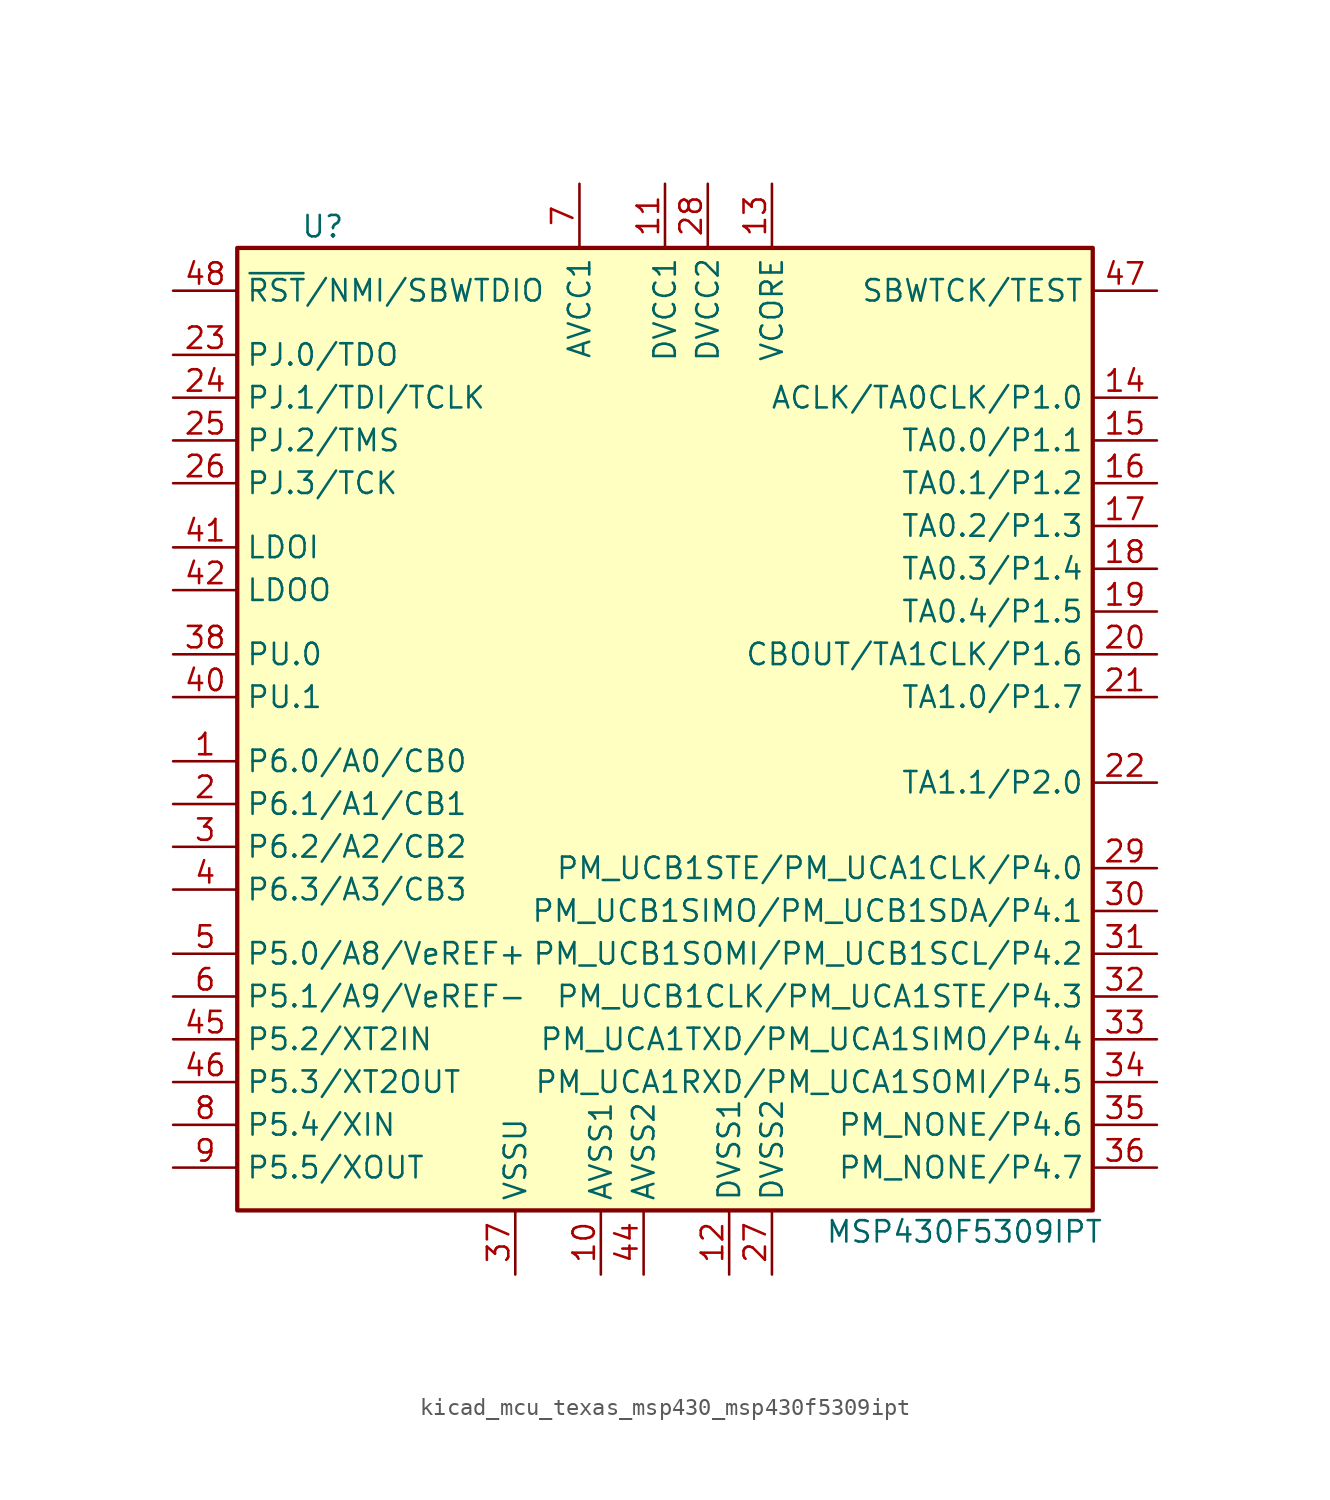
<source format=kicad_sym>
(kicad_symbol_lib
  (version 20220914)
  (generator kicad_symbol_editor)
  (symbol "kicad_mcu_texas_msp430_msp430f5309ipt"
    (property "Reference" "U"
      (at -21.59 30.48 0)
      (effects (font (size 1.27 1.27))))
    (property "Value" "MSP430F5309IPT"
      (at 16.51 -29.21 0)
      (effects (font (size 1.27 1.27))))
    (symbol "kicad_mcu_texas_msp430_msp430f5309ipt_0_1"
      (rectangle (start -26.67 29.21) (end 24.13 -27.94) (stroke (width 0.254) (type default)) (fill (type background))))
    (symbol "kicad_mcu_texas_msp430_msp430f5309ipt_1_1"
      (pin bidirectional line (at -30.48 -1.27 0) (length 3.81) (name "P6.0/A0/CB0" (effects (font (size 1.27 1.27)))) (number "1" (effects (font (size 1.27 1.27)))))
      (pin power_in line (at -5.08 -31.75 90) (length 3.81) (name "AVSS1" (effects (font (size 1.27 1.27)))) (number "10" (effects (font (size 1.27 1.27)))))
      (pin power_in line (at -1.27 33.02 270) (length 3.81) (name "DVCC1" (effects (font (size 1.27 1.27)))) (number "11" (effects (font (size 1.27 1.27)))))
      (pin power_in line (at 2.54 -31.75 90) (length 3.81) (name "DVSS1" (effects (font (size 1.27 1.27)))) (number "12" (effects (font (size 1.27 1.27)))))
      (pin bidirectional line (at 5.08 33.02 270) (length 3.81) (name "VCORE" (effects (font (size 1.27 1.27)))) (number "13" (effects (font (size 1.27 1.27)))))
      (pin bidirectional line (at 27.94 20.32 180) (length 3.81) (name "ACLK/TA0CLK/P1.0" (effects (font (size 1.27 1.27)))) (number "14" (effects (font (size 1.27 1.27)))))
      (pin bidirectional line (at 27.94 17.78 180) (length 3.81) (name "TA0.0/P1.1" (effects (font (size 1.27 1.27)))) (number "15" (effects (font (size 1.27 1.27)))))
      (pin bidirectional line (at 27.94 15.24 180) (length 3.81) (name "TA0.1/P1.2" (effects (font (size 1.27 1.27)))) (number "16" (effects (font (size 1.27 1.27)))))
      (pin bidirectional line (at 27.94 12.7 180) (length 3.81) (name "TA0.2/P1.3" (effects (font (size 1.27 1.27)))) (number "17" (effects (font (size 1.27 1.27)))))
      (pin bidirectional line (at 27.94 10.16 180) (length 3.81) (name "TA0.3/P1.4" (effects (font (size 1.27 1.27)))) (number "18" (effects (font (size 1.27 1.27)))))
      (pin bidirectional line (at 27.94 7.62 180) (length 3.81) (name "TA0.4/P1.5" (effects (font (size 1.27 1.27)))) (number "19" (effects (font (size 1.27 1.27)))))
      (pin bidirectional line (at -30.48 -3.81 0) (length 3.81) (name "P6.1/A1/CB1" (effects (font (size 1.27 1.27)))) (number "2" (effects (font (size 1.27 1.27)))))
      (pin bidirectional line (at 27.94 5.08 180) (length 3.81) (name "CBOUT/TA1CLK/P1.6" (effects (font (size 1.27 1.27)))) (number "20" (effects (font (size 1.27 1.27)))))
      (pin bidirectional line (at 27.94 2.54 180) (length 3.81) (name "TA1.0/P1.7" (effects (font (size 1.27 1.27)))) (number "21" (effects (font (size 1.27 1.27)))))
      (pin bidirectional line (at 27.94 -2.54 180) (length 3.81) (name "TA1.1/P2.0" (effects (font (size 1.27 1.27)))) (number "22" (effects (font (size 1.27 1.27)))))
      (pin bidirectional line (at -30.48 22.86 0) (length 3.81) (name "PJ.0/TDO" (effects (font (size 1.27 1.27)))) (number "23" (effects (font (size 1.27 1.27)))))
      (pin bidirectional line (at -30.48 20.32 0) (length 3.81) (name "PJ.1/TDI/TCLK" (effects (font (size 1.27 1.27)))) (number "24" (effects (font (size 1.27 1.27)))))
      (pin bidirectional line (at -30.48 17.78 0) (length 3.81) (name "PJ.2/TMS" (effects (font (size 1.27 1.27)))) (number "25" (effects (font (size 1.27 1.27)))))
      (pin bidirectional line (at -30.48 15.24 0) (length 3.81) (name "PJ.3/TCK" (effects (font (size 1.27 1.27)))) (number "26" (effects (font (size 1.27 1.27)))))
      (pin power_in line (at 5.08 -31.75 90) (length 3.81) (name "DVSS2" (effects (font (size 1.27 1.27)))) (number "27" (effects (font (size 1.27 1.27)))))
      (pin power_in line (at 1.27 33.02 270) (length 3.81) (name "DVCC2" (effects (font (size 1.27 1.27)))) (number "28" (effects (font (size 1.27 1.27)))))
      (pin bidirectional line (at 27.94 -7.62 180) (length 3.81) (name "PM_UCB1STE/PM_UCA1CLK/P4.0" (effects (font (size 1.27 1.27)))) (number "29" (effects (font (size 1.27 1.27)))))
      (pin bidirectional line (at -30.48 -6.35 0) (length 3.81) (name "P6.2/A2/CB2" (effects (font (size 1.27 1.27)))) (number "3" (effects (font (size 1.27 1.27)))))
      (pin bidirectional line (at 27.94 -10.16 180) (length 3.81) (name "PM_UCB1SIMO/PM_UCB1SDA/P4.1" (effects (font (size 1.27 1.27)))) (number "30" (effects (font (size 1.27 1.27)))))
      (pin bidirectional line (at 27.94 -12.7 180) (length 3.81) (name "PM_UCB1SOMI/PM_UCB1SCL/P4.2" (effects (font (size 1.27 1.27)))) (number "31" (effects (font (size 1.27 1.27)))))
      (pin bidirectional line (at 27.94 -15.24 180) (length 3.81) (name "PM_UCB1CLK/PM_UCA1STE/P4.3" (effects (font (size 1.27 1.27)))) (number "32" (effects (font (size 1.27 1.27)))))
      (pin bidirectional line (at 27.94 -17.78 180) (length 3.81) (name "PM_UCA1TXD/PM_UCA1SIMO/P4.4" (effects (font (size 1.27 1.27)))) (number "33" (effects (font (size 1.27 1.27)))))
      (pin bidirectional line (at 27.94 -20.32 180) (length 3.81) (name "PM_UCA1RXD/PM_UCA1SOMI/P4.5" (effects (font (size 1.27 1.27)))) (number "34" (effects (font (size 1.27 1.27)))))
      (pin bidirectional line (at 27.94 -22.86 180) (length 3.81) (name "PM_NONE/P4.6" (effects (font (size 1.27 1.27)))) (number "35" (effects (font (size 1.27 1.27)))))
      (pin bidirectional line (at 27.94 -25.4 180) (length 3.81) (name "PM_NONE/P4.7" (effects (font (size 1.27 1.27)))) (number "36" (effects (font (size 1.27 1.27)))))
      (pin power_in line (at -10.16 -31.75 90) (length 3.81) (name "VSSU" (effects (font (size 1.27 1.27)))) (number "37" (effects (font (size 1.27 1.27)))))
      (pin bidirectional line (at -30.48 5.08 0) (length 3.81) (name "PU.0" (effects (font (size 1.27 1.27)))) (number "38" (effects (font (size 1.27 1.27)))))
      (pin bidirectional line (at -30.48 -8.89 0) (length 3.81) (name "P6.3/A3/CB3" (effects (font (size 1.27 1.27)))) (number "4" (effects (font (size 1.27 1.27)))))
      (pin bidirectional line (at -30.48 2.54 0) (length 3.81) (name "PU.1" (effects (font (size 1.27 1.27)))) (number "40" (effects (font (size 1.27 1.27)))))
      (pin power_in line (at -30.48 11.43 0) (length 3.81) (name "LDOI" (effects (font (size 1.27 1.27)))) (number "41" (effects (font (size 1.27 1.27)))))
      (pin power_out line (at -30.48 8.89 0) (length 3.81) (name "LDOO" (effects (font (size 1.27 1.27)))) (number "42" (effects (font (size 1.27 1.27)))))
      (pin power_in line (at -2.54 -31.75 90) (length 3.81) (name "AVSS2" (effects (font (size 1.27 1.27)))) (number "44" (effects (font (size 1.27 1.27)))))
      (pin bidirectional line (at -30.48 -17.78 0) (length 3.81) (name "P5.2/XT2IN" (effects (font (size 1.27 1.27)))) (number "45" (effects (font (size 1.27 1.27)))))
      (pin bidirectional line (at -30.48 -20.32 0) (length 3.81) (name "P5.3/XT2OUT" (effects (font (size 1.27 1.27)))) (number "46" (effects (font (size 1.27 1.27)))))
      (pin input line (at 27.94 26.67 180) (length 3.81) (name "SBWTCK/TEST" (effects (font (size 1.27 1.27)))) (number "47" (effects (font (size 1.27 1.27)))))
      (pin input line (at -30.48 26.67 0) (length 3.81) (name "~{RST}/NMI/SBWTDIO" (effects (font (size 1.27 1.27)))) (number "48" (effects (font (size 1.27 1.27)))))
      (pin bidirectional line (at -30.48 -12.7 0) (length 3.81) (name "P5.0/A8/VeREF+" (effects (font (size 1.27 1.27)))) (number "5" (effects (font (size 1.27 1.27)))))
      (pin bidirectional line (at -30.48 -15.24 0) (length 3.81) (name "P5.1/A9/VeREF-" (effects (font (size 1.27 1.27)))) (number "6" (effects (font (size 1.27 1.27)))))
      (pin power_in line (at -6.35 33.02 270) (length 3.81) (name "AVCC1" (effects (font (size 1.27 1.27)))) (number "7" (effects (font (size 1.27 1.27)))))
      (pin bidirectional line (at -30.48 -22.86 0) (length 3.81) (name "P5.4/XIN" (effects (font (size 1.27 1.27)))) (number "8" (effects (font (size 1.27 1.27)))))
      (pin bidirectional line (at -30.48 -25.4 0) (length 3.81) (name "P5.5/XOUT" (effects (font (size 1.27 1.27)))) (number "9" (effects (font (size 1.27 1.27))))))))
</source>
